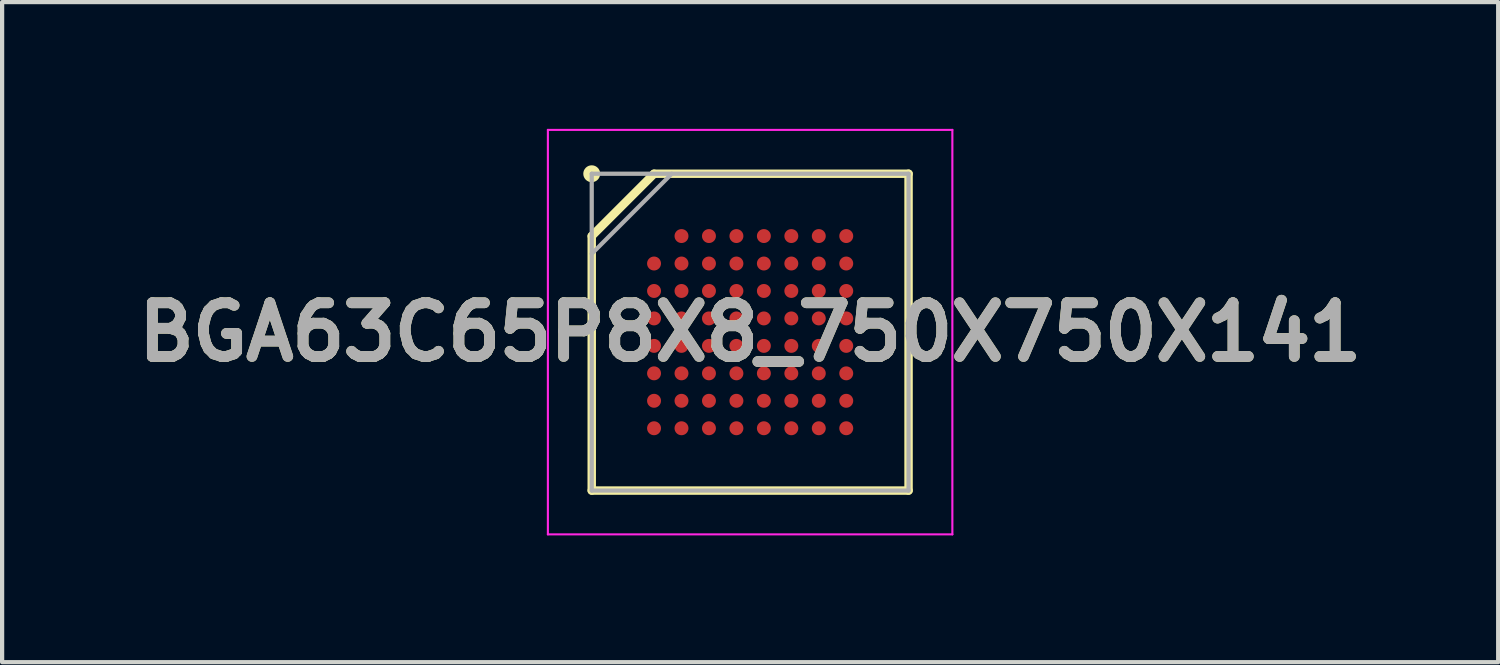
<source format=kicad_pcb>
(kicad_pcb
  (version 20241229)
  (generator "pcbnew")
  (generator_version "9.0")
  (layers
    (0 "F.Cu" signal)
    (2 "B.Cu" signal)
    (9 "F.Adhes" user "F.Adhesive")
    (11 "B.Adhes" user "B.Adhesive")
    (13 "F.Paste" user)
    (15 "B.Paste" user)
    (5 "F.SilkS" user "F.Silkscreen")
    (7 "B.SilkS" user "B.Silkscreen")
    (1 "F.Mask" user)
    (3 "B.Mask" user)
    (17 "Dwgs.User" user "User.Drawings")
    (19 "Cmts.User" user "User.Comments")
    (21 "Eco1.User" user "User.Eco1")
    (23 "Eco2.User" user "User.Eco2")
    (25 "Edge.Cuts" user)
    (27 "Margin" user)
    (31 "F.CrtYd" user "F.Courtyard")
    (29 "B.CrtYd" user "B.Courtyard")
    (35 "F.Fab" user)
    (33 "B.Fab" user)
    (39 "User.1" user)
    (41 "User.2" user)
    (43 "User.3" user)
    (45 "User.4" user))
  (footprint "BGA63C65P8X8_750X750X141"
    (layer "F.Cu")
    (at 14.708 4.813)
    (property "Reference" "BGA63C65P8X8_750X750X141" (at 0 0 0) (layer "F.SilkS") (effects (font (size 1.27 1.27) (thickness 0.254))))
    (attr smd)
    (fp_line (start -3.75 -2.275) (end -2.275 -3.75) (stroke (width 0.2) (type solid)) (layer "F.SilkS"))
    (fp_line (start -3.75 3.75) (end -3.75 -2.275) (stroke (width 0.2) (type solid)) (layer "F.SilkS"))
    (fp_line (start -2.275 -3.75) (end 3.75 -3.75) (stroke (width 0.2) (type solid)) (layer "F.SilkS"))
    (fp_line (start 3.75 -3.75) (end 3.75 3.75) (stroke (width 0.2) (type solid)) (layer "F.SilkS"))
    (fp_line (start 3.75 3.75) (end -3.75 3.75) (stroke (width 0.2) (type solid)) (layer "F.SilkS"))
    (fp_circle (center -3.75 -3.75) (end -3.75 -3.65) (stroke (width 0.2) (type solid)) (fill no) (layer "F.SilkS"))
    (fp_line (start -4.788 -4.788) (end 4.787 -4.788) (stroke (width 0.05) (type solid)) (layer "F.CrtYd"))
    (fp_line (start -4.788 4.787) (end -4.788 -4.788) (stroke (width 0.05) (type solid)) (layer "F.CrtYd"))
    (fp_line (start 4.787 -4.788) (end 4.787 4.787) (stroke (width 0.05) (type solid)) (layer "F.CrtYd"))
    (fp_line (start 4.787 4.787) (end -4.788 4.787) (stroke (width 0.05) (type solid)) (layer "F.CrtYd"))
    (fp_line (start -3.75 -3.75) (end 3.75 -3.75) (stroke (width 0.1) (type solid)) (layer "F.Fab"))
    (fp_line (start -3.75 -1.856) (end -1.856 -3.75) (stroke (width 0.1) (type solid)) (layer "F.Fab"))
    (fp_line (start -3.75 3.75) (end -3.75 -3.75) (stroke (width 0.1) (type solid)) (layer "F.Fab"))
    (fp_line (start 3.75 -3.75) (end 3.75 3.75) (stroke (width 0.1) (type solid)) (layer "F.Fab"))
    (fp_line (start 3.75 3.75) (end -3.75 3.75) (stroke (width 0.1) (type solid)) (layer "F.Fab"))
    (fp_text user "${REFERENCE}" (at 0 0 0) (layer "F.Fab") (effects (font (size 1.27 1.27) (thickness 0.254))))
    (pad "A2" smd circle (at -1.625 -2.275 90) (size 0.33 0.33) (layers "F.Cu" "F.Mask" "F.Paste"))
    (pad "A3" smd circle (at -0.975 -2.275 90) (size 0.33 0.33) (layers "F.Cu" "F.Mask" "F.Paste"))
    (pad "A4" smd circle (at -0.325 -2.275 90) (size 0.33 0.33) (layers "F.Cu" "F.Mask" "F.Paste"))
    (pad "A5" smd circle (at 0.325 -2.275 90) (size 0.33 0.33) (layers "F.Cu" "F.Mask" "F.Paste"))
    (pad "A6" smd circle (at 0.975 -2.275 90) (size 0.33 0.33) (layers "F.Cu" "F.Mask" "F.Paste"))
    (pad "A7" smd circle (at 1.625 -2.275 90) (size 0.33 0.33) (layers "F.Cu" "F.Mask" "F.Paste"))
    (pad "A8" smd circle (at 2.275 -2.275 90) (size 0.33 0.33) (layers "F.Cu" "F.Mask" "F.Paste"))
    (pad "B1" smd circle (at -2.275 -1.625 90) (size 0.33 0.33) (layers "F.Cu" "F.Mask" "F.Paste"))
    (pad "B2" smd circle (at -1.625 -1.625 90) (size 0.33 0.33) (layers "F.Cu" "F.Mask" "F.Paste"))
    (pad "B3" smd circle (at -0.975 -1.625 90) (size 0.33 0.33) (layers "F.Cu" "F.Mask" "F.Paste"))
    (pad "B4" smd circle (at -0.325 -1.625 90) (size 0.33 0.33) (layers "F.Cu" "F.Mask" "F.Paste"))
    (pad "B5" smd circle (at 0.325 -1.625 90) (size 0.33 0.33) (layers "F.Cu" "F.Mask" "F.Paste"))
    (pad "B6" smd circle (at 0.975 -1.625 90) (size 0.33 0.33) (layers "F.Cu" "F.Mask" "F.Paste"))
    (pad "B7" smd circle (at 1.625 -1.625 90) (size 0.33 0.33) (layers "F.Cu" "F.Mask" "F.Paste"))
    (pad "B8" smd circle (at 2.275 -1.625 90) (size 0.33 0.33) (layers "F.Cu" "F.Mask" "F.Paste"))
    (pad "C1" smd circle (at -2.275 -0.975 90) (size 0.33 0.33) (layers "F.Cu" "F.Mask" "F.Paste"))
    (pad "C2" smd circle (at -1.625 -0.975 90) (size 0.33 0.33) (layers "F.Cu" "F.Mask" "F.Paste"))
    (pad "C3" smd circle (at -0.975 -0.975 90) (size 0.33 0.33) (layers "F.Cu" "F.Mask" "F.Paste"))
    (pad "C4" smd circle (at -0.325 -0.975 90) (size 0.33 0.33) (layers "F.Cu" "F.Mask" "F.Paste"))
    (pad "C5" smd circle (at 0.325 -0.975 90) (size 0.33 0.33) (layers "F.Cu" "F.Mask" "F.Paste"))
    (pad "C6" smd circle (at 0.975 -0.975 90) (size 0.33 0.33) (layers "F.Cu" "F.Mask" "F.Paste"))
    (pad "C7" smd circle (at 1.625 -0.975 90) (size 0.33 0.33) (layers "F.Cu" "F.Mask" "F.Paste"))
    (pad "C8" smd circle (at 2.275 -0.975 90) (size 0.33 0.33) (layers "F.Cu" "F.Mask" "F.Paste"))
    (pad "D1" smd circle (at -2.275 -0.325 90) (size 0.33 0.33) (layers "F.Cu" "F.Mask" "F.Paste"))
    (pad "D2" smd circle (at -1.625 -0.325 90) (size 0.33 0.33) (layers "F.Cu" "F.Mask" "F.Paste"))
    (pad "D3" smd circle (at -0.975 -0.325 90) (size 0.33 0.33) (layers "F.Cu" "F.Mask" "F.Paste"))
    (pad "D4" smd circle (at -0.325 -0.325 90) (size 0.33 0.33) (layers "F.Cu" "F.Mask" "F.Paste"))
    (pad "D5" smd circle (at 0.325 -0.325 90) (size 0.33 0.33) (layers "F.Cu" "F.Mask" "F.Paste"))
    (pad "D6" smd circle (at 0.975 -0.325 90) (size 0.33 0.33) (layers "F.Cu" "F.Mask" "F.Paste"))
    (pad "D7" smd circle (at 1.625 -0.325 90) (size 0.33 0.33) (layers "F.Cu" "F.Mask" "F.Paste"))
    (pad "D8" smd circle (at 2.275 -0.325 90) (size 0.33 0.33) (layers "F.Cu" "F.Mask" "F.Paste"))
    (pad "E1" smd circle (at -2.275 0.325 90) (size 0.33 0.33) (layers "F.Cu" "F.Mask" "F.Paste"))
    (pad "E2" smd circle (at -1.625 0.325 90) (size 0.33 0.33) (layers "F.Cu" "F.Mask" "F.Paste"))
    (pad "E3" smd circle (at -0.975 0.325 90) (size 0.33 0.33) (layers "F.Cu" "F.Mask" "F.Paste"))
    (pad "E4" smd circle (at -0.325 0.325 90) (size 0.33 0.33) (layers "F.Cu" "F.Mask" "F.Paste"))
    (pad "E5" smd circle (at 0.325 0.325 90) (size 0.33 0.33) (layers "F.Cu" "F.Mask" "F.Paste"))
    (pad "E6" smd circle (at 0.975 0.325 90) (size 0.33 0.33) (layers "F.Cu" "F.Mask" "F.Paste"))
    (pad "E7" smd circle (at 1.625 0.325 90) (size 0.33 0.33) (layers "F.Cu" "F.Mask" "F.Paste"))
    (pad "E8" smd circle (at 2.275 0.325 90) (size 0.33 0.33) (layers "F.Cu" "F.Mask" "F.Paste"))
    (pad "F1" smd circle (at -2.275 0.975 90) (size 0.33 0.33) (layers "F.Cu" "F.Mask" "F.Paste"))
    (pad "F2" smd circle (at -1.625 0.975 90) (size 0.33 0.33) (layers "F.Cu" "F.Mask" "F.Paste"))
    (pad "F3" smd circle (at -0.975 0.975 90) (size 0.33 0.33) (layers "F.Cu" "F.Mask" "F.Paste"))
    (pad "F4" smd circle (at -0.325 0.975 90) (size 0.33 0.33) (layers "F.Cu" "F.Mask" "F.Paste"))
    (pad "F5" smd circle (at 0.325 0.975 90) (size 0.33 0.33) (layers "F.Cu" "F.Mask" "F.Paste"))
    (pad "F6" smd circle (at 0.975 0.975 90) (size 0.33 0.33) (layers "F.Cu" "F.Mask" "F.Paste"))
    (pad "F7" smd circle (at 1.625 0.975 90) (size 0.33 0.33) (layers "F.Cu" "F.Mask" "F.Paste"))
    (pad "F8" smd circle (at 2.275 0.975 90) (size 0.33 0.33) (layers "F.Cu" "F.Mask" "F.Paste"))
    (pad "G1" smd circle (at -2.275 1.625 90) (size 0.33 0.33) (layers "F.Cu" "F.Mask" "F.Paste"))
    (pad "G2" smd circle (at -1.625 1.625 90) (size 0.33 0.33) (layers "F.Cu" "F.Mask" "F.Paste"))
    (pad "G3" smd circle (at -0.975 1.625 90) (size 0.33 0.33) (layers "F.Cu" "F.Mask" "F.Paste"))
    (pad "G4" smd circle (at -0.325 1.625 90) (size 0.33 0.33) (layers "F.Cu" "F.Mask" "F.Paste"))
    (pad "G5" smd circle (at 0.325 1.625 90) (size 0.33 0.33) (layers "F.Cu" "F.Mask" "F.Paste"))
    (pad "G6" smd circle (at 0.975 1.625 90) (size 0.33 0.33) (layers "F.Cu" "F.Mask" "F.Paste"))
    (pad "G7" smd circle (at 1.625 1.625 90) (size 0.33 0.33) (layers "F.Cu" "F.Mask" "F.Paste"))
    (pad "G8" smd circle (at 2.275 1.625 90) (size 0.33 0.33) (layers "F.Cu" "F.Mask" "F.Paste"))
    (pad "H1" smd circle (at -2.275 2.275 90) (size 0.33 0.33) (layers "F.Cu" "F.Mask" "F.Paste"))
    (pad "H2" smd circle (at -1.625 2.275 90) (size 0.33 0.33) (layers "F.Cu" "F.Mask" "F.Paste"))
    (pad "H3" smd circle (at -0.975 2.275 90) (size 0.33 0.33) (layers "F.Cu" "F.Mask" "F.Paste"))
    (pad "H4" smd circle (at -0.325 2.275 90) (size 0.33 0.33) (layers "F.Cu" "F.Mask" "F.Paste"))
    (pad "H5" smd circle (at 0.325 2.275 90) (size 0.33 0.33) (layers "F.Cu" "F.Mask" "F.Paste"))
    (pad "H6" smd circle (at 0.975 2.275 90) (size 0.33 0.33) (layers "F.Cu" "F.Mask" "F.Paste"))
    (pad "H7" smd circle (at 1.625 2.275 90) (size 0.33 0.33) (layers "F.Cu" "F.Mask" "F.Paste"))
    (pad "H8" smd circle (at 2.275 2.275 90) (size 0.33 0.33) (layers "F.Cu" "F.Mask" "F.Paste")))
  (gr_rect
    (start -3 -3)
    (end 32.416 12.625)
    (stroke (width 0.1) (type default))
    (fill no)
    (layer "Edge.Cuts")))
</source>
